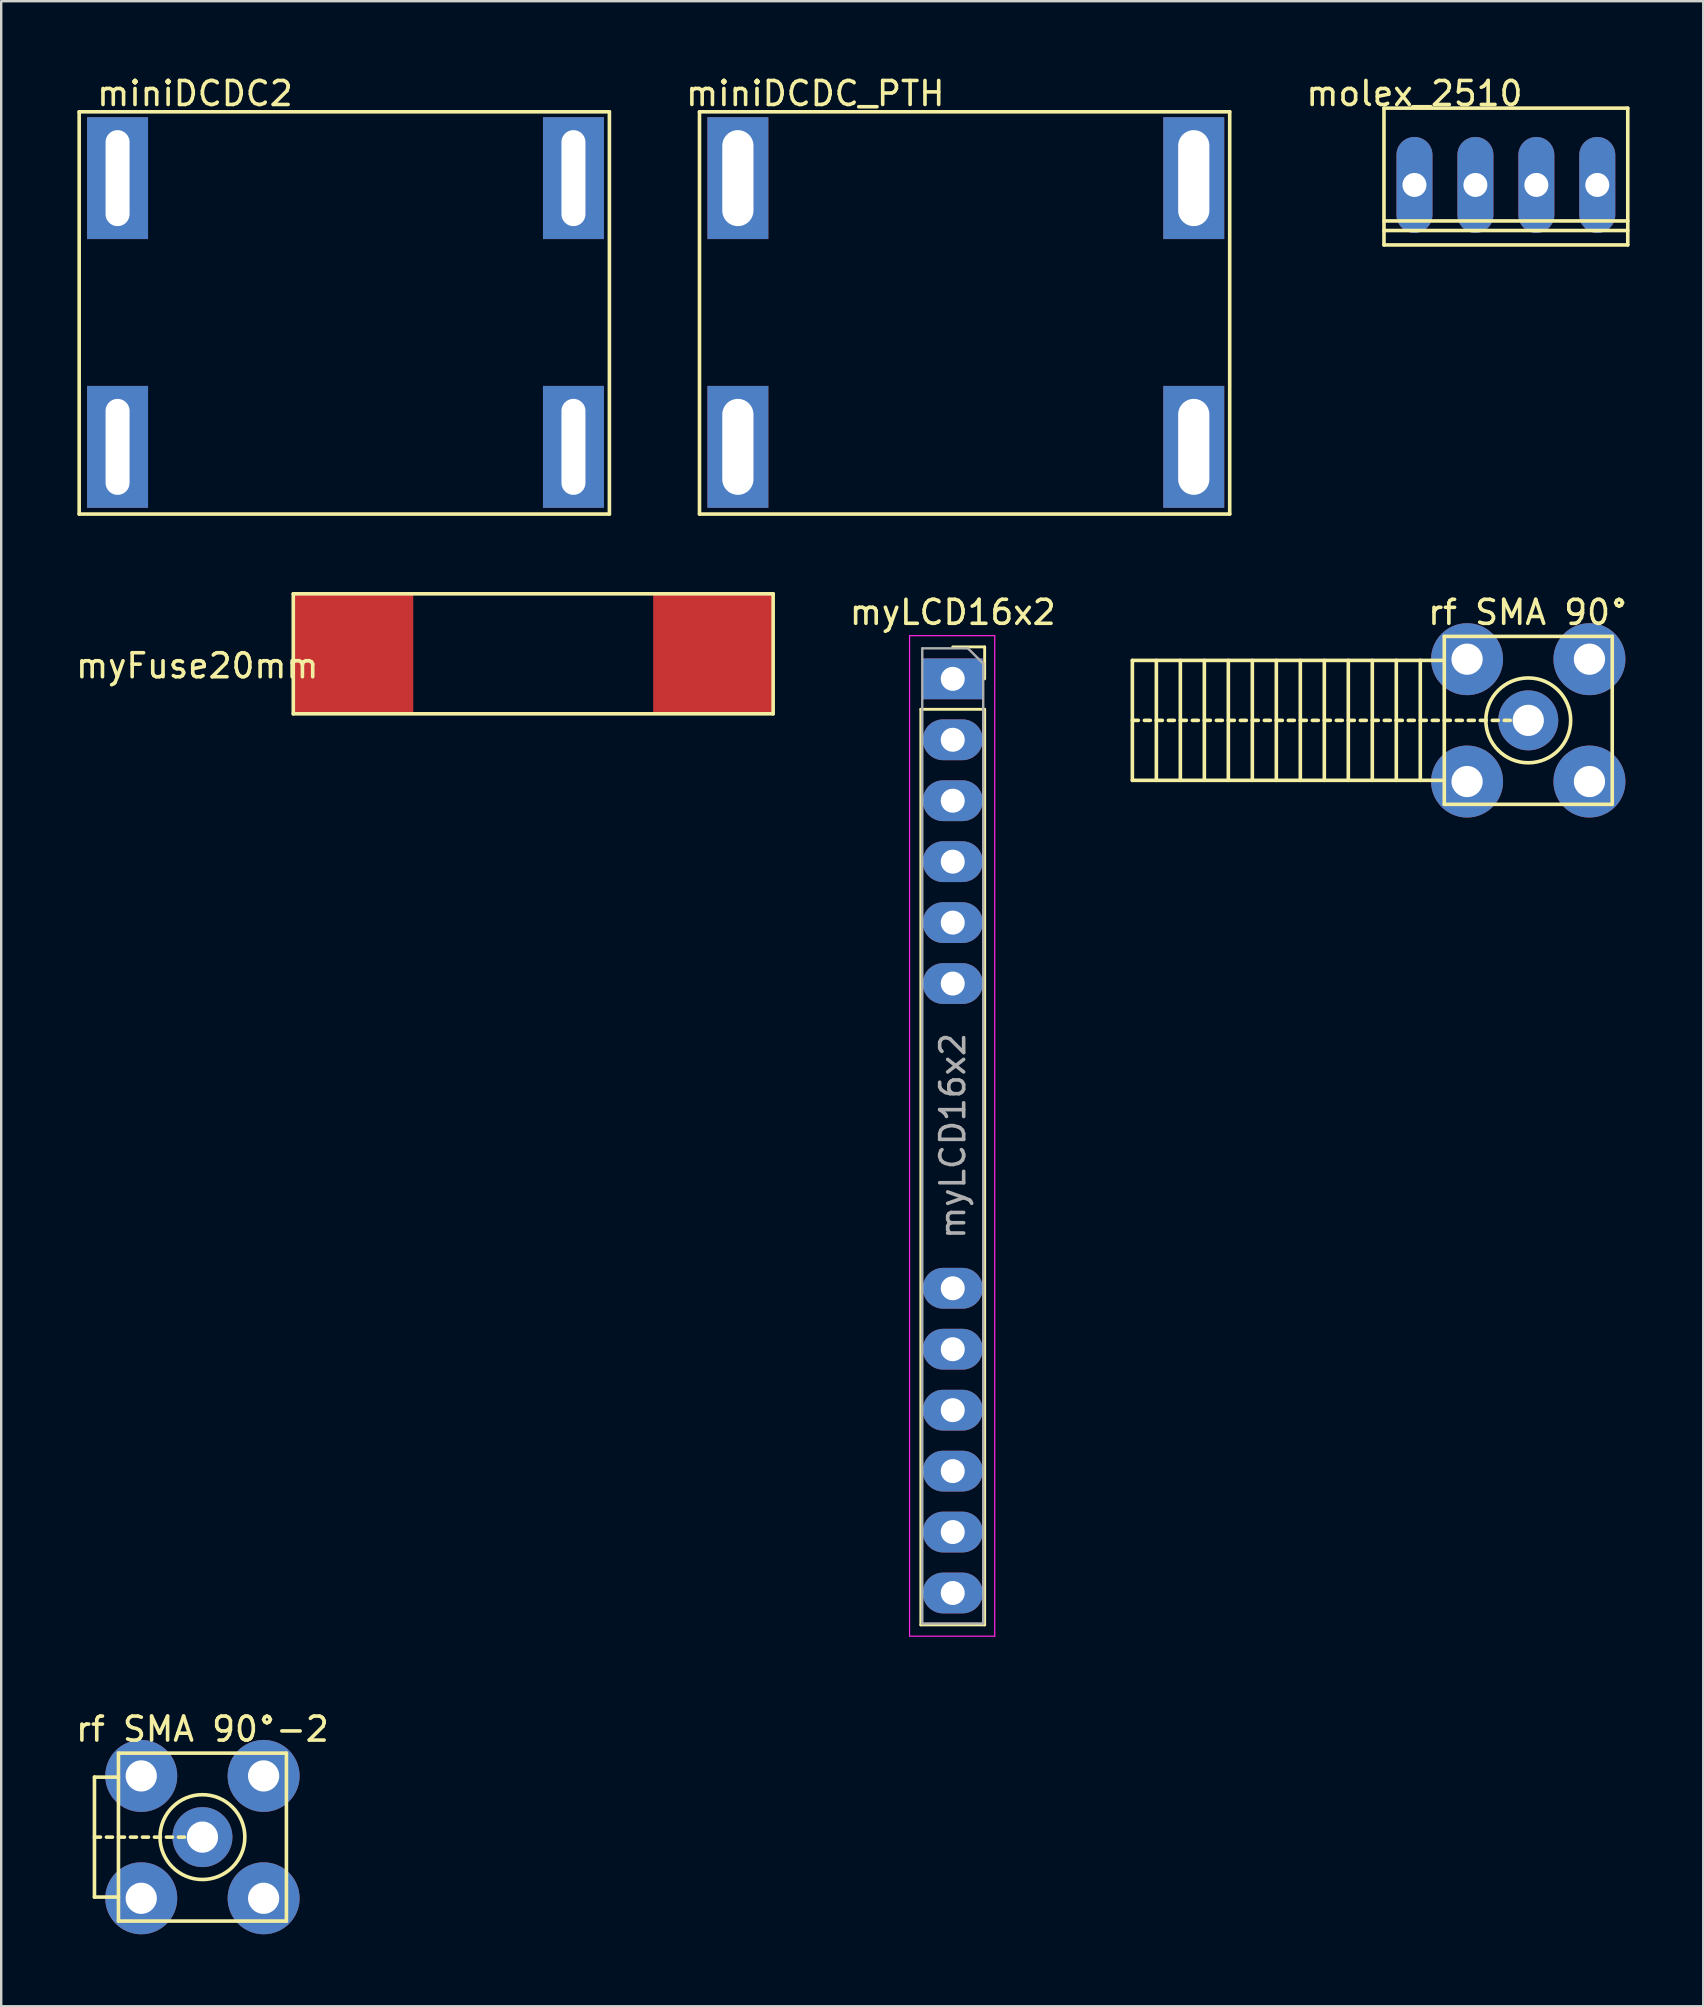
<source format=kicad_pcb>
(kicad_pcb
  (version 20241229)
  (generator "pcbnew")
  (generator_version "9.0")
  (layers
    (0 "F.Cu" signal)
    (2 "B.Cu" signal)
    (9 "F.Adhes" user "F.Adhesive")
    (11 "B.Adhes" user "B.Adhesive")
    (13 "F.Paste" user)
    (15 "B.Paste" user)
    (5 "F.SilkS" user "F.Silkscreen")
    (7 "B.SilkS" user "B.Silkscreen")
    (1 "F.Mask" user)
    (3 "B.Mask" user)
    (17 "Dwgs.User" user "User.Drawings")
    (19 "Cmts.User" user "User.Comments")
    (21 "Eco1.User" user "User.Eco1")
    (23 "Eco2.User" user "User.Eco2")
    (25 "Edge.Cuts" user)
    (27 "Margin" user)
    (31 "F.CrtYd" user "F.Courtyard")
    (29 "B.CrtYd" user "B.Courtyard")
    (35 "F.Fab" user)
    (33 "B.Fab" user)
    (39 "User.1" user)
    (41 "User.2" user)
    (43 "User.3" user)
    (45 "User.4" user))
  (footprint "rf SMA 90°-2"
    (layer "F.Cu")
    (at 5.387 73.516)
    (property "Reference" "rf SMA 90°-2" (at 0 -4.5 0) (layer "F.SilkS") (effects (font (size 1 1) (thickness 0.15))))
    (attr through_hole)
    (fp_line (start -4.5 -2.5) (end -3.5 -2.5) (stroke (width 0.15) (type solid)) (layer "F.SilkS"))
    (fp_line (start -4.5 0) (end -4.25 0) (stroke (width 0.15) (type solid)) (layer "F.SilkS"))
    (fp_line (start -4.5 2.5) (end -4.5 -2.5) (stroke (width 0.15) (type solid)) (layer "F.SilkS"))
    (fp_line (start -4.5 2.5) (end -3.5 2.5) (stroke (width 0.15) (type solid)) (layer "F.SilkS"))
    (fp_line (start -4 0) (end -3.75 0) (stroke (width 0.15) (type solid)) (layer "F.SilkS"))
    (fp_line (start -3.5 -3.5) (end -3.5 3.5) (stroke (width 0.15) (type solid)) (layer "F.SilkS"))
    (fp_line (start -3.5 0) (end -3.25 0) (stroke (width 0.15) (type solid)) (layer "F.SilkS"))
    (fp_line (start -3.5 3.5) (end 3.5 3.5) (stroke (width 0.15) (type solid)) (layer "F.SilkS"))
    (fp_line (start -3 0) (end -2.75 0) (stroke (width 0.15) (type solid)) (layer "F.SilkS"))
    (fp_line (start -2.5 0) (end -2.25 0) (stroke (width 0.15) (type solid)) (layer "F.SilkS"))
    (fp_line (start -2 0) (end -1.75 0) (stroke (width 0.15) (type solid)) (layer "F.SilkS"))
    (fp_line (start -1.5 0) (end -1.25 0) (stroke (width 0.15) (type solid)) (layer "F.SilkS"))
    (fp_line (start -1 0) (end -0.75 0) (stroke (width 0.15) (type solid)) (layer "F.SilkS"))
    (fp_line (start -0.5 0) (end -0.25 0) (stroke (width 0.15) (type solid)) (layer "F.SilkS"))
    (fp_line (start 3.5 -3.5) (end -3.5 -3.5) (stroke (width 0.15) (type solid)) (layer "F.SilkS"))
    (fp_line (start 3.5 3.5) (end 3.5 -3.5) (stroke (width 0.15) (type solid)) (layer "F.SilkS"))
    (fp_circle (center 0 0) (end -1.75 0.25) (stroke (width 0.15) (type solid)) (fill no) (layer "F.SilkS"))
    (pad "1" thru_hole circle (at 0 0) (size 2.5 2.5) (drill 1.3) (layers "*.Cu" "*.Mask"))
    (pad "2" thru_hole circle (at -2.55 -2.55) (size 3 3) (drill 1.3) (layers "*.Cu" "*.Mask"))
    (pad "2" thru_hole circle (at -2.55 2.55) (size 3 3) (drill 1.3) (layers "*.Cu" "*.Mask"))
    (pad "2" thru_hole circle (at 2.55 -2.55) (size 3 3) (drill 1.3) (layers "*.Cu" "*.Mask"))
    (pad "2" thru_hole circle (at 2.55 2.55) (size 3 3) (drill 1.3) (layers "*.Cu" "*.Mask")))
  (footprint "molex_2510"
    (layer "F.Cu")
    (at 55.901 4.658)
    (property "Reference" "molex_2510" (at 0 -3.81 0) (layer "F.SilkS") (effects (font (size 1 1) (thickness 0.15))))
    (attr through_hole)
    (fp_line (start -1.27 -3.2) (end 8.89 -3.2) (stroke (width 0.15) (type solid)) (layer "F.SilkS"))
    (fp_line (start -1.27 1.5) (end 8.89 1.5) (stroke (width 0.15) (type solid)) (layer "F.SilkS"))
    (fp_line (start -1.27 1.9) (end 8.89 1.9) (stroke (width 0.15) (type solid)) (layer "F.SilkS"))
    (fp_line (start -1.27 2.5) (end -1.27 -3.2) (stroke (width 0.15) (type solid)) (layer "F.SilkS"))
    (fp_line (start -1.27 2.5) (end 8.89 2.5) (stroke (width 0.15) (type solid)) (layer "F.SilkS"))
    (fp_line (start 8.89 2.5) (end 8.89 -3.2) (stroke (width 0.15) (type solid)) (layer "F.SilkS"))
    (pad "1" thru_hole oval (at 0 0) (size 1.5 4) (drill 1) (layers "*.Cu" "*.Mask"))
    (pad "2" thru_hole oval (at 2.54 0) (size 1.5 4) (drill 1) (layers "*.Cu" "*.Mask"))
    (pad "3" thru_hole oval (at 5.08 0) (size 1.5 4) (drill 1) (layers "*.Cu" "*.Mask"))
    (pad "4" thru_hole oval (at 7.62 0) (size 1.5 4) (drill 1) (layers "*.Cu" "*.Mask")))
  (footprint "myLCD16x2"
    (layer "F.Cu")
    (at 36.658 25.242)
    (property "Reference" "myLCD16x2" (at 0 -2.77 0) (layer "F.SilkS") (effects (font (size 1 1) (thickness 0.15))))
    (attr through_hole)
    (fp_line (start -1.33 1.27) (end -1.33 39.43) (stroke (width 0.12) (type solid)) (layer "F.SilkS"))
    (fp_line (start -1.33 1.27) (end 1.33 1.27) (stroke (width 0.12) (type solid)) (layer "F.SilkS"))
    (fp_line (start -1.33 39.43) (end 1.33 39.43) (stroke (width 0.12) (type solid)) (layer "F.SilkS"))
    (fp_line (start 0 -1.33) (end 1.33 -1.33) (stroke (width 0.12) (type solid)) (layer "F.SilkS"))
    (fp_line (start 1.33 -1.33) (end 1.33 0) (stroke (width 0.12) (type solid)) (layer "F.SilkS"))
    (fp_line (start 1.33 1.27) (end 1.33 39.43) (stroke (width 0.12) (type solid)) (layer "F.SilkS"))
    (fp_line (start -1.8 -1.8) (end 1.75 -1.8) (stroke (width 0.05) (type solid)) (layer "F.CrtYd"))
    (fp_line (start -1.8 39.9) (end -1.8 -1.8) (stroke (width 0.05) (type solid)) (layer "F.CrtYd"))
    (fp_line (start 1.75 -1.8) (end 1.75 39.9) (stroke (width 0.05) (type solid)) (layer "F.CrtYd"))
    (fp_line (start 1.75 39.9) (end -1.8 39.9) (stroke (width 0.05) (type solid)) (layer "F.CrtYd"))
    (fp_line (start -1.27 -1.27) (end 0.635 -1.27) (stroke (width 0.1) (type solid)) (layer "F.Fab"))
    (fp_line (start -1.27 39.37) (end -1.27 -1.27) (stroke (width 0.1) (type solid)) (layer "F.Fab"))
    (fp_line (start 0.635 -1.27) (end 1.27 -0.635) (stroke (width 0.1) (type solid)) (layer "F.Fab"))
    (fp_line (start 1.27 -0.635) (end 1.27 39.37) (stroke (width 0.1) (type solid)) (layer "F.Fab"))
    (fp_line (start 1.27 39.37) (end -1.27 39.37) (stroke (width 0.1) (type solid)) (layer "F.Fab"))
    (fp_text user "${REFERENCE}" (at 0 19.05 90) (layer "F.Fab") (effects (font (size 1 1) (thickness 0.15))))
    (pad "1" thru_hole rect (at 0 0) (size 2.5 1.7) (drill 1) (layers "*.Cu" "*.Mask"))
    (pad "2" thru_hole oval (at 0 2.54) (size 2.5 1.7) (drill 1) (layers "*.Cu" "*.Mask"))
    (pad "3" thru_hole oval (at 0 5.08) (size 2.5 1.7) (drill 1) (layers "*.Cu" "*.Mask"))
    (pad "4" thru_hole oval (at 0 7.62) (size 2.5 1.7) (drill 1) (layers "*.Cu" "*.Mask"))
    (pad "5" thru_hole oval (at 0 10.16) (size 2.5 1.7) (drill 1) (layers "*.Cu" "*.Mask"))
    (pad "6" thru_hole oval (at 0 12.7) (size 2.5 1.7) (drill 1) (layers "*.Cu" "*.Mask"))
    (pad "11" thru_hole oval (at 0 25.4) (size 2.5 1.7) (drill 1) (layers "*.Cu" "*.Mask"))
    (pad "12" thru_hole oval (at 0 27.94) (size 2.5 1.7) (drill 1) (layers "*.Cu" "*.Mask"))
    (pad "13" thru_hole oval (at 0 30.48) (size 2.5 1.7) (drill 1) (layers "*.Cu" "*.Mask"))
    (pad "14" thru_hole oval (at 0 33.02) (size 2.5 1.7) (drill 1) (layers "*.Cu" "*.Mask"))
    (pad "15" thru_hole oval (at 0 35.56) (size 2.5 1.7) (drill 1) (layers "*.Cu" "*.Mask"))
    (pad "16" thru_hole oval (at 0 38.1) (size 2.5 1.7) (drill 1) (layers "*.Cu" "*.Mask")))
  (footprint "miniDCDC_PTH"
    (layer "F.Cu")
    (at 26.103 18.374)
    (property "Reference" "miniDCDC_PTH" (at 4.826 -17.526 0) (layer "F.SilkS") (effects (font (size 1 1) (thickness 0.15))))
    (attr through_hole)
    (fp_line (start 0 -16.764) (end 22.098 -16.764) (stroke (width 0.15) (type solid)) (layer "F.SilkS"))
    (fp_line (start 0 0) (end 0 -16.764) (stroke (width 0.15) (type solid)) (layer "F.SilkS"))
    (fp_line (start 22.098 -16.764) (end 22.098 0) (stroke (width 0.15) (type solid)) (layer "F.SilkS"))
    (fp_line (start 22.098 0) (end 0 0) (stroke (width 0.15) (type solid)) (layer "F.SilkS"))
    (pad "1" thru_hole rect (at 1.6 -2.8) (size 2.54 5.08) (drill oval 1.3 4) (layers "*.Cu" "*.Mask"))
    (pad "2" thru_hole rect (at 1.6 -14) (size 2.54 5.08) (drill oval 1.3 4) (layers "*.Cu" "*.Mask"))
    (pad "3" thru_hole rect (at 20.6 -14) (size 2.54 5.08) (drill oval 1.3 4) (layers "*.Cu" "*.Mask"))
    (pad "4" thru_hole rect (at 20.6 -2.8) (size 2.54 5.08) (drill oval 1.3 4) (layers "*.Cu" "*.Mask")))
  (footprint "miniDCDC2"
    (layer "F.Cu")
    (at 0.25 18.374)
    (property "Reference" "miniDCDC2" (at 4.826 -17.526 0) (layer "F.SilkS") (effects (font (size 1 1) (thickness 0.15))))
    (attr through_hole)
    (fp_line (start 0 -16.764) (end 22.098 -16.764) (stroke (width 0.15) (type solid)) (layer "F.SilkS"))
    (fp_line (start 0 0) (end 0 -16.764) (stroke (width 0.15) (type solid)) (layer "F.SilkS"))
    (fp_line (start 22.098 -16.764) (end 22.098 0) (stroke (width 0.15) (type solid)) (layer "F.SilkS"))
    (fp_line (start 22.098 0) (end 0 0) (stroke (width 0.15) (type solid)) (layer "F.SilkS"))
    (pad "1" thru_hole rect (at 1.6 -14) (size 2.54 5.08) (drill oval 1 4) (layers "*.Cu" "*.Mask"))
    (pad "2" thru_hole rect (at 1.6 -2.8) (size 2.54 5.08) (drill oval 1 4) (layers "*.Cu" "*.Mask"))
    (pad "3" thru_hole rect (at 20.6 -2.8) (size 2.54 5.08) (drill oval 1 4) (layers "*.Cu" "*.Mask"))
    (pad "4" thru_hole rect (at 20.6 -14) (size 2.54 5.08) (drill oval 1 4) (layers "*.Cu" "*.Mask")))
  (footprint "rf SMA 90°"
    (layer "F.Cu")
    (at 60.644 26.973)
    (property "Reference" "rf SMA 90°" (at 0 -4.5 0) (layer "F.SilkS") (effects (font (size 1 1) (thickness 0.15))))
    (attr through_hole)
    (fp_line (start -16.5 -2.5) (end -16.5 2.5) (stroke (width 0.15) (type solid)) (layer "F.SilkS"))
    (fp_line (start -16.5 0) (end -16.25 0) (stroke (width 0.15) (type solid)) (layer "F.SilkS"))
    (fp_line (start -16.5 2.5) (end -3.5 2.5) (stroke (width 0.15) (type solid)) (layer "F.SilkS"))
    (fp_line (start -16 0) (end -15.75 0) (stroke (width 0.15) (type solid)) (layer "F.SilkS"))
    (fp_line (start -15.5 -2.5) (end -15.5 2.5) (stroke (width 0.15) (type solid)) (layer "F.SilkS"))
    (fp_line (start -15.5 0) (end -15.25 0) (stroke (width 0.15) (type solid)) (layer "F.SilkS"))
    (fp_line (start -15 0) (end -14.75 0) (stroke (width 0.15) (type solid)) (layer "F.SilkS"))
    (fp_line (start -14.5 -2.5) (end -14.5 2.5) (stroke (width 0.15) (type solid)) (layer "F.SilkS"))
    (fp_line (start -14.5 0) (end -14.25 0) (stroke (width 0.15) (type solid)) (layer "F.SilkS"))
    (fp_line (start -14 0) (end -13.75 0) (stroke (width 0.15) (type solid)) (layer "F.SilkS"))
    (fp_line (start -13.5 -2.5) (end -13.5 2.5) (stroke (width 0.15) (type solid)) (layer "F.SilkS"))
    (fp_line (start -13.5 0) (end -13.25 0) (stroke (width 0.15) (type solid)) (layer "F.SilkS"))
    (fp_line (start -13 0) (end -12.75 0) (stroke (width 0.15) (type solid)) (layer "F.SilkS"))
    (fp_line (start -12.5 -2.5) (end -12.5 2.5) (stroke (width 0.15) (type solid)) (layer "F.SilkS"))
    (fp_line (start -12.5 0) (end -12.25 0) (stroke (width 0.15) (type solid)) (layer "F.SilkS"))
    (fp_line (start -12 0) (end -11.75 0) (stroke (width 0.15) (type solid)) (layer "F.SilkS"))
    (fp_line (start -11.5 -2.5) (end -11.5 2.5) (stroke (width 0.15) (type solid)) (layer "F.SilkS"))
    (fp_line (start -11.5 0) (end -11.25 0) (stroke (width 0.15) (type solid)) (layer "F.SilkS"))
    (fp_line (start -11 0) (end -10.75 0) (stroke (width 0.15) (type solid)) (layer "F.SilkS"))
    (fp_line (start -10.5 -2.5) (end -10.5 2.5) (stroke (width 0.15) (type solid)) (layer "F.SilkS"))
    (fp_line (start -10.5 0) (end -10.25 0) (stroke (width 0.15) (type solid)) (layer "F.SilkS"))
    (fp_line (start -10 0) (end -9.75 0) (stroke (width 0.15) (type solid)) (layer "F.SilkS"))
    (fp_line (start -9.5 -2.5) (end -9.5 2.5) (stroke (width 0.15) (type solid)) (layer "F.SilkS"))
    (fp_line (start -9.5 0) (end -9.25 0) (stroke (width 0.15) (type solid)) (layer "F.SilkS"))
    (fp_line (start -9 0) (end -8.75 0) (stroke (width 0.15) (type solid)) (layer "F.SilkS"))
    (fp_line (start -8.5 -2.5) (end -8.5 2.5) (stroke (width 0.15) (type solid)) (layer "F.SilkS"))
    (fp_line (start -8.5 0) (end -8.25 0) (stroke (width 0.15) (type solid)) (layer "F.SilkS"))
    (fp_line (start -8 0) (end -7.75 0) (stroke (width 0.15) (type solid)) (layer "F.SilkS"))
    (fp_line (start -7.5 -2.5) (end -7.5 2.5) (stroke (width 0.15) (type solid)) (layer "F.SilkS"))
    (fp_line (start -7.5 0) (end -7.25 0) (stroke (width 0.15) (type solid)) (layer "F.SilkS"))
    (fp_line (start -7 0) (end -6.75 0) (stroke (width 0.15) (type solid)) (layer "F.SilkS"))
    (fp_line (start -6.5 -2.5) (end -6.5 2.5) (stroke (width 0.15) (type solid)) (layer "F.SilkS"))
    (fp_line (start -6.5 0) (end -6.25 0) (stroke (width 0.15) (type solid)) (layer "F.SilkS"))
    (fp_line (start -6 0) (end -5.75 0) (stroke (width 0.15) (type solid)) (layer "F.SilkS"))
    (fp_line (start -5.5 0) (end -5.5 -2.5) (stroke (width 0.15) (type solid)) (layer "F.SilkS"))
    (fp_line (start -5.5 0) (end -5.5 2.5) (stroke (width 0.15) (type solid)) (layer "F.SilkS"))
    (fp_line (start -5.5 0) (end -5.25 0) (stroke (width 0.15) (type solid)) (layer "F.SilkS"))
    (fp_line (start -5 0) (end -4.75 0) (stroke (width 0.15) (type solid)) (layer "F.SilkS"))
    (fp_line (start -4.5 0) (end -4.25 0) (stroke (width 0.15) (type solid)) (layer "F.SilkS"))
    (fp_line (start -4.5 2.5) (end -4.5 -2.5) (stroke (width 0.15) (type solid)) (layer "F.SilkS"))
    (fp_line (start -4 0) (end -3.75 0) (stroke (width 0.15) (type solid)) (layer "F.SilkS"))
    (fp_line (start -3.5 -3.5) (end -3.5 3.5) (stroke (width 0.15) (type solid)) (layer "F.SilkS"))
    (fp_line (start -3.5 -2.5) (end -16.5 -2.5) (stroke (width 0.15) (type solid)) (layer "F.SilkS"))
    (fp_line (start -3.5 0) (end -3.25 0) (stroke (width 0.15) (type solid)) (layer "F.SilkS"))
    (fp_line (start -3.5 3.5) (end 3.5 3.5) (stroke (width 0.15) (type solid)) (layer "F.SilkS"))
    (fp_line (start -3 0) (end -2.75 0) (stroke (width 0.15) (type solid)) (layer "F.SilkS"))
    (fp_line (start -2.5 0) (end -2.25 0) (stroke (width 0.15) (type solid)) (layer "F.SilkS"))
    (fp_line (start -2 0) (end -1.75 0) (stroke (width 0.15) (type solid)) (layer "F.SilkS"))
    (fp_line (start -1.5 0) (end -1.25 0) (stroke (width 0.15) (type solid)) (layer "F.SilkS"))
    (fp_line (start -1 0) (end -0.75 0) (stroke (width 0.15) (type solid)) (layer "F.SilkS"))
    (fp_line (start -0.5 0) (end -0.25 0) (stroke (width 0.15) (type solid)) (layer "F.SilkS"))
    (fp_line (start 3.5 -3.5) (end -3.5 -3.5) (stroke (width 0.15) (type solid)) (layer "F.SilkS"))
    (fp_line (start 3.5 3.5) (end 3.5 -3.5) (stroke (width 0.15) (type solid)) (layer "F.SilkS"))
    (fp_circle (center 0 0) (end -1.75 0.25) (stroke (width 0.15) (type solid)) (fill no) (layer "F.SilkS"))
    (pad "1" thru_hole circle (at 0 0) (size 2.5 2.5) (drill 1.3) (layers "*.Cu" "*.Mask"))
    (pad "2" thru_hole circle (at -2.55 -2.55) (size 3 3) (drill 1.3) (layers "*.Cu" "*.Mask"))
    (pad "2" thru_hole circle (at -2.55 2.55) (size 3 3) (drill 1.3) (layers "*.Cu" "*.Mask"))
    (pad "2" thru_hole circle (at 2.55 -2.55) (size 3 3) (drill 1.3) (layers "*.Cu" "*.Mask"))
    (pad "2" thru_hole circle (at 2.55 2.55) (size 3 3) (drill 1.3) (layers "*.Cu" "*.Mask")))
  (footprint "myFuse20mm"
    (layer "F.Cu")
    (at 9.173 26.699)
    (property "Reference" "myFuse20mm" (at -4 -2 0) (layer "F.SilkS") (effects (font (size 1 1) (thickness 0.15))))
    (attr through_hole)
    (fp_line (start 0 0) (end 0 -5) (stroke (width 0.15) (type solid)) (layer "F.SilkS"))
    (fp_line (start 0 0) (end 20 0) (stroke (width 0.15) (type solid)) (layer "F.SilkS"))
    (fp_line (start 20 -5) (end 0 -5) (stroke (width 0.15) (type solid)) (layer "F.SilkS"))
    (fp_line (start 20 0) (end 20 -5) (stroke (width 0.15) (type solid)) (layer "F.SilkS"))
    (pad "1" smd rect (at 2.5 -2.5) (size 5 5) (layers "F.Cu" "F.Mask" "F.Paste"))
    (pad "2" smd rect (at 17.5 -2.5) (size 5 5) (layers "F.Cu" "F.Mask" "F.Paste")))
  (gr_rect
    (start -3 -3)
    (end 67.936 80.566)
    (stroke (width 0.1) (type default))
    (fill no)
    (layer "Edge.Cuts")))
</source>
